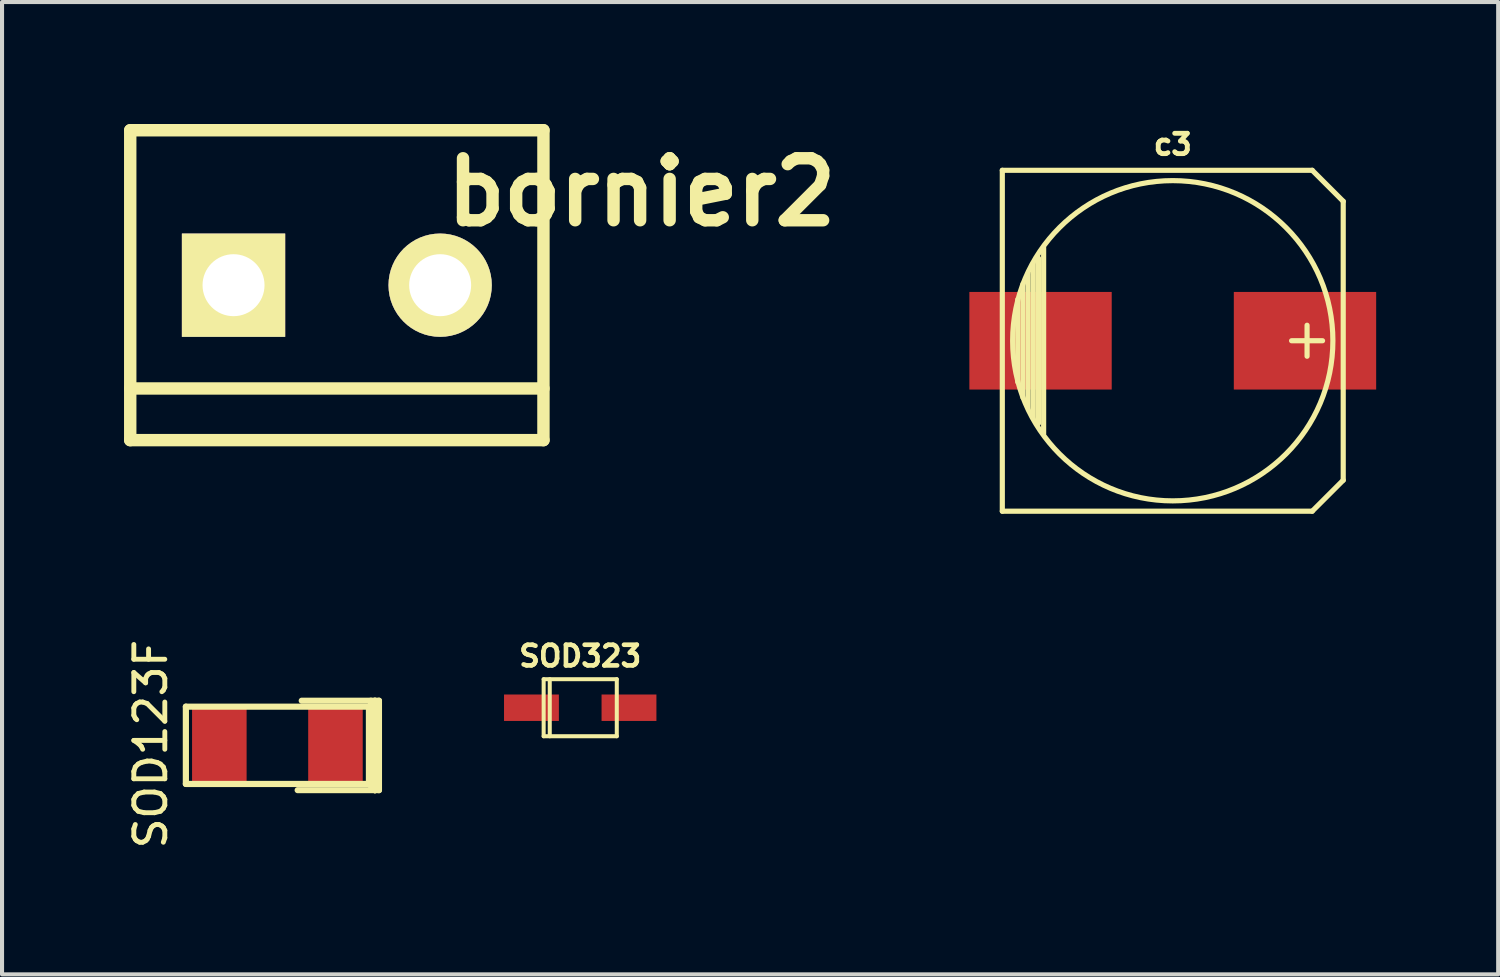
<source format=kicad_pcb>
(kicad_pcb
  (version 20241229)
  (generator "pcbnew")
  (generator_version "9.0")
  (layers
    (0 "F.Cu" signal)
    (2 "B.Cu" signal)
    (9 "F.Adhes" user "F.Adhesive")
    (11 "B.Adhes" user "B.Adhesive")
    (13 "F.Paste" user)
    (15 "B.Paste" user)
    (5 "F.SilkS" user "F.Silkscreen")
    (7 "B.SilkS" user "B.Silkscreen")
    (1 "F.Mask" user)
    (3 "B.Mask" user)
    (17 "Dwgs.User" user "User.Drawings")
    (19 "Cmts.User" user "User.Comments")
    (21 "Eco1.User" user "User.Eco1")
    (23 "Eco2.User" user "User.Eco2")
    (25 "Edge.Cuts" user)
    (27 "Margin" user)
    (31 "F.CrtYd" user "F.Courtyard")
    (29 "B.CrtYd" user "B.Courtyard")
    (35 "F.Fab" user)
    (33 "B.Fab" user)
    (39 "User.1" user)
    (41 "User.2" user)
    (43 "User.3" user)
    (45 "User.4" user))
  (footprint "SOD123F"
    (layer "F.Cu")
    (at 3.768 15.278)
    (property "Reference" "SOD123F" (at -3.112 -0.033 90) (layer "F.SilkS") (effects (font (size 0.762 0.762) (thickness 0.12))))
    (attr through_hole)
    (fp_line (start -2.248 -0.953) (end -2.248 0.947) (stroke (width 0.152) (type solid)) (layer "F.SilkS"))
    (fp_line (start -2.248 0.947) (end 2.253 0.947) (stroke (width 0.152) (type solid)) (layer "F.SilkS"))
    (fp_line (start 0.5 1.1) (end 2.4 1.1) (stroke (width 0.15) (type solid)) (layer "F.SilkS"))
    (fp_line (start 0.6 -1.1) (end 2.4 -1.1) (stroke (width 0.15) (type solid)) (layer "F.SilkS"))
    (fp_line (start 2.253 -0.953) (end -2.248 -0.953) (stroke (width 0.152) (type solid)) (layer "F.SilkS"))
    (fp_line (start 2.253 0.947) (end 2.253 -0.953) (stroke (width 0.152) (type solid)) (layer "F.SilkS"))
    (fp_line (start 2.4 -1.1) (end 2.4 1.1) (stroke (width 0.15) (type solid)) (layer "F.SilkS"))
    (fp_line (start 2.4 -1.1) (end 2.5 -1.1) (stroke (width 0.15) (type solid)) (layer "F.SilkS"))
    (fp_line (start 2.4 1.1) (end 2.3 -1.1) (stroke (width 0.15) (type solid)) (layer "F.SilkS"))
    (fp_line (start 2.4 1.1) (end 2.3 1) (stroke (width 0.15) (type solid)) (layer "F.SilkS"))
    (fp_line (start 2.5 -1.1) (end 2.5 1.1) (stroke (width 0.15) (type solid)) (layer "F.SilkS"))
    (fp_line (start 2.5 1.1) (end 2.4 1.1) (stroke (width 0.15) (type solid)) (layer "F.SilkS"))
    (pad "1" smd rect (at -1.425 0 90) (size 1.801 1.341) (layers "F.Cu" "F.Mask" "F.Paste"))
    (pad "2" smd rect (at 1.43 0 90) (size 1.801 1.341) (layers "F.Cu" "F.Mask" "F.Paste")))
  (footprint "c3"
    (layer "F.Cu")
    (at 25.785 5.328)
    (property "Reference" "c3" (at 0 -4.826 0) (layer "F.SilkS") (effects (font (size 0.5 0.5) (thickness 0.119))))
    (attr through_hole)
    (fp_line (start -4.191 -4.191) (end -4.191 4.191) (stroke (width 0.127) (type solid)) (layer "F.SilkS"))
    (fp_line (start -4.191 4.191) (end 3.429 4.191) (stroke (width 0.127) (type solid)) (layer "F.SilkS"))
    (fp_line (start -3.81 -1.016) (end -3.81 1.016) (stroke (width 0.127) (type solid)) (layer "F.SilkS"))
    (fp_line (start -3.683 1.397) (end -3.683 -1.397) (stroke (width 0.127) (type solid)) (layer "F.SilkS"))
    (fp_line (start -3.556 -1.651) (end -3.556 1.651) (stroke (width 0.127) (type solid)) (layer "F.SilkS"))
    (fp_line (start -3.429 1.905) (end -3.429 -1.905) (stroke (width 0.127) (type solid)) (layer "F.SilkS"))
    (fp_line (start -3.302 2.032) (end -3.302 -2.032) (stroke (width 0.127) (type solid)) (layer "F.SilkS"))
    (fp_line (start -3.175 -2.286) (end -3.175 2.286) (stroke (width 0.127) (type solid)) (layer "F.SilkS"))
    (fp_line (start 3.302 -0.381) (end 3.302 0.381) (stroke (width 0.127) (type solid)) (layer "F.SilkS"))
    (fp_line (start 3.429 -4.191) (end -4.191 -4.191) (stroke (width 0.127) (type solid)) (layer "F.SilkS"))
    (fp_line (start 3.429 4.191) (end 4.191 3.429) (stroke (width 0.127) (type solid)) (layer "F.SilkS"))
    (fp_line (start 3.683 0) (end 2.921 0) (stroke (width 0.127) (type solid)) (layer "F.SilkS"))
    (fp_line (start 4.191 -3.429) (end 3.429 -4.191) (stroke (width 0.127) (type solid)) (layer "F.SilkS"))
    (fp_line (start 4.191 3.429) (end 4.191 -3.429) (stroke (width 0.127) (type solid)) (layer "F.SilkS"))
    (fp_circle (center 0 0) (end 3.937 0) (stroke (width 0.127) (type solid)) (fill no) (layer "F.SilkS"))
    (pad "1" smd rect (at 3.251 0) (size 3.5 2.4) (layers "F.Cu" "F.Mask" "F.Paste"))
    (pad "2" smd rect (at -3.251 0) (size 3.5 2.4) (layers "F.Cu" "F.Mask" "F.Paste")))
  (footprint "bornier2"
    (layer "F.Cu")
    (at 5.232 3.962)
    (property "Reference" "bornier2" (at 7.493 -2.286 0) (layer "F.SilkS") (effects (font (size 1.524 1.524) (thickness 0.305))))
    (attr through_hole)
    (fp_line (start -5.08 -3.81) (end -5.08 3.81) (stroke (width 0.305) (type solid)) (layer "F.SilkS"))
    (fp_line (start -5.08 3.81) (end 5.08 3.81) (stroke (width 0.305) (type solid)) (layer "F.SilkS"))
    (fp_line (start 5.08 -3.81) (end -5.08 -3.81) (stroke (width 0.305) (type solid)) (layer "F.SilkS"))
    (fp_line (start 5.08 2.54) (end -5.08 2.54) (stroke (width 0.305) (type solid)) (layer "F.SilkS"))
    (fp_line (start 5.08 3.81) (end 5.08 -3.81) (stroke (width 0.305) (type solid)) (layer "F.SilkS"))
    (pad "1" thru_hole rect (at -2.54 0) (size 2.54 2.54) (drill 1.524) (layers "*.Cu" "*.Mask" "F.SilkS"))
    (pad "2" thru_hole circle (at 2.54 0) (size 2.54 2.54) (drill 1.524) (layers "*.Cu" "*.Mask" "F.SilkS")))
  (footprint "SOD323"
    (layer "F.Cu")
    (at 11.216 14.351)
    (property "Reference" "SOD323" (at 0 -1.27 0) (layer "F.SilkS") (effects (font (size 0.508 0.508) (thickness 0.114))))
    (attr through_hole)
    (fp_line (start -0.899 -0.701) (end 0.899 -0.701) (stroke (width 0.099) (type solid)) (layer "F.SilkS"))
    (fp_line (start -0.899 0.701) (end -0.899 -0.701) (stroke (width 0.099) (type solid)) (layer "F.SilkS"))
    (fp_line (start -0.749 -0.701) (end -0.749 0.701) (stroke (width 0.099) (type solid)) (layer "F.SilkS"))
    (fp_line (start 0.899 -0.701) (end 0.899 0.701) (stroke (width 0.099) (type solid)) (layer "F.SilkS"))
    (fp_line (start 0.899 0.701) (end -0.899 0.701) (stroke (width 0.099) (type solid)) (layer "F.SilkS"))
    (pad "1" smd rect (at 1.199 0) (size 1.349 0.65) (layers "F.Cu" "F.Mask" "F.Paste"))
    (pad "2" smd rect (at -1.199 0) (size 1.349 0.65) (layers "F.Cu" "F.Mask" "F.Paste")))
  (gr_rect
    (start -3 -3)
    (end 33.786 20.907)
    (stroke (width 0.1) (type default))
    (fill no)
    (layer "Edge.Cuts")))
</source>
